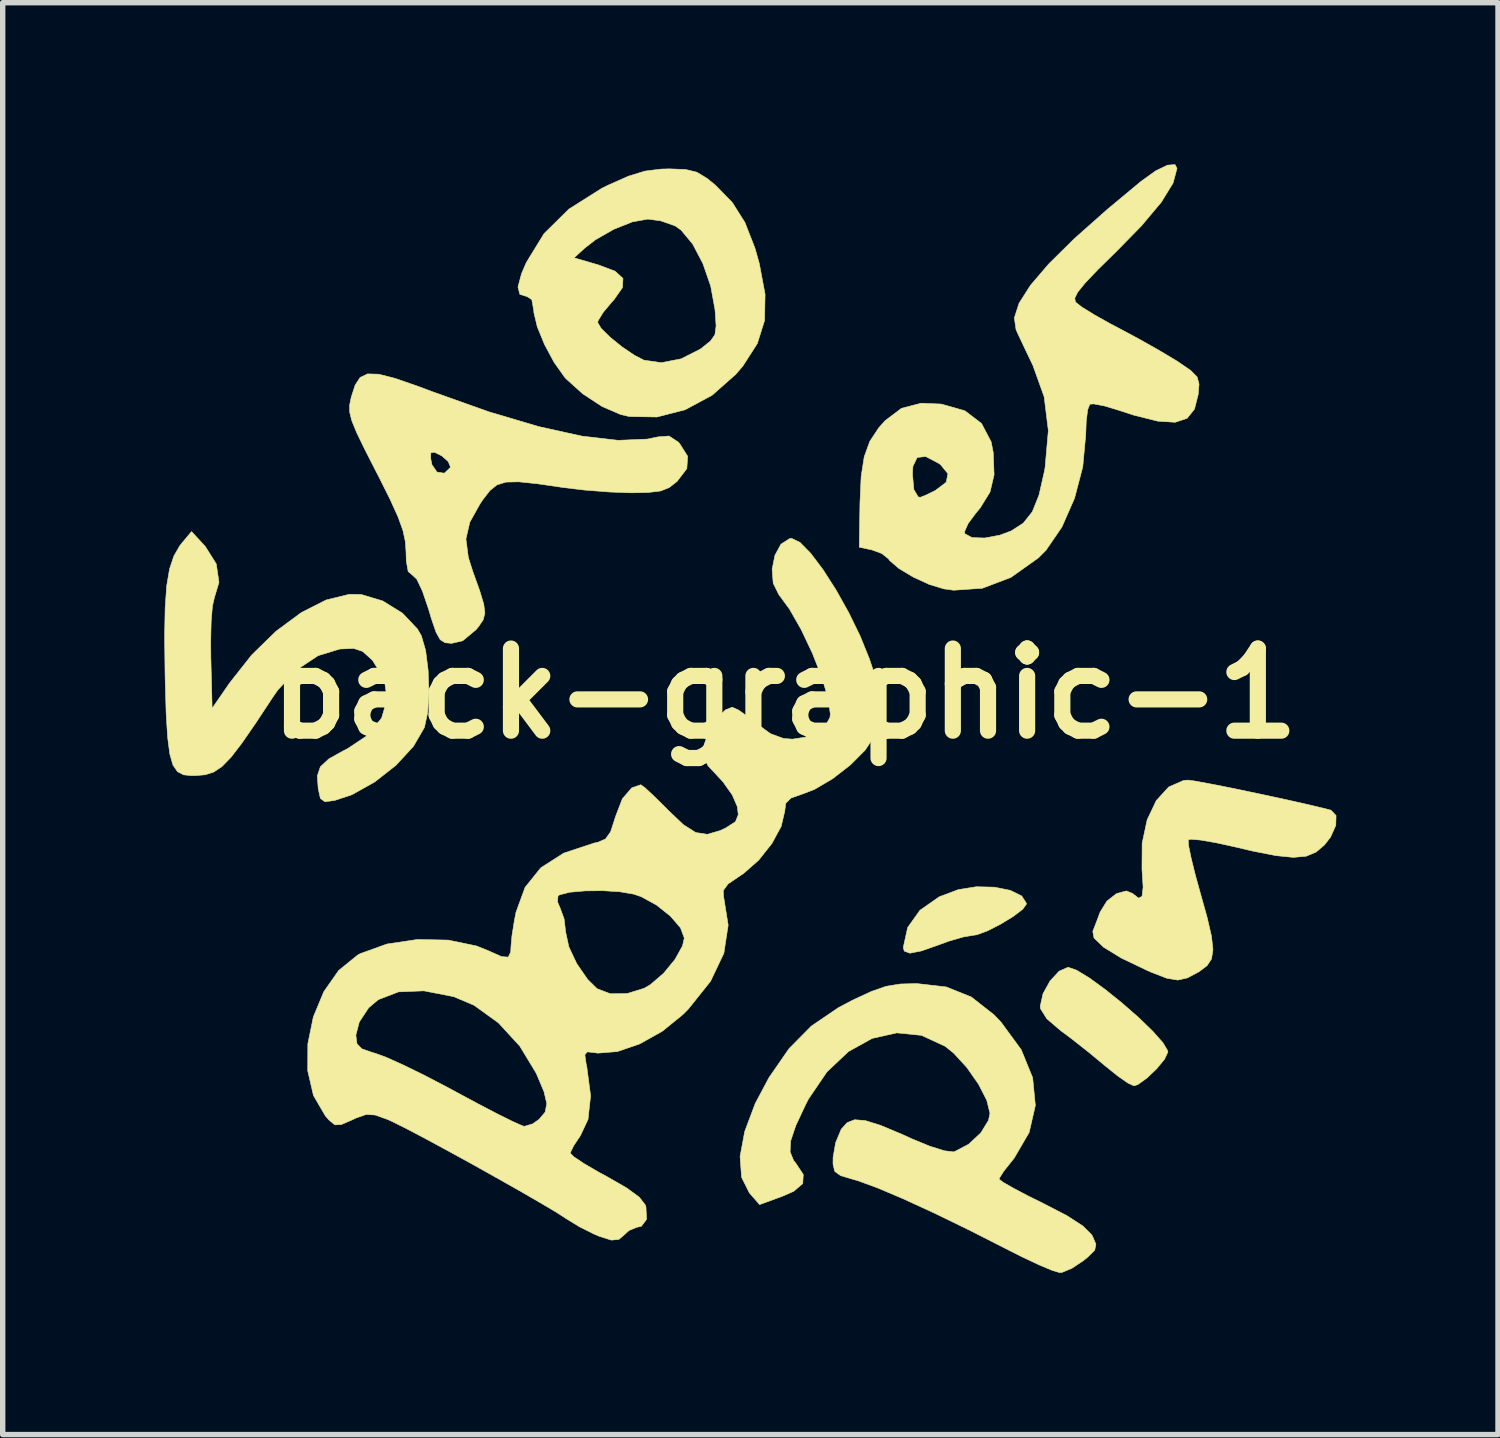
<source format=kicad_pcb>
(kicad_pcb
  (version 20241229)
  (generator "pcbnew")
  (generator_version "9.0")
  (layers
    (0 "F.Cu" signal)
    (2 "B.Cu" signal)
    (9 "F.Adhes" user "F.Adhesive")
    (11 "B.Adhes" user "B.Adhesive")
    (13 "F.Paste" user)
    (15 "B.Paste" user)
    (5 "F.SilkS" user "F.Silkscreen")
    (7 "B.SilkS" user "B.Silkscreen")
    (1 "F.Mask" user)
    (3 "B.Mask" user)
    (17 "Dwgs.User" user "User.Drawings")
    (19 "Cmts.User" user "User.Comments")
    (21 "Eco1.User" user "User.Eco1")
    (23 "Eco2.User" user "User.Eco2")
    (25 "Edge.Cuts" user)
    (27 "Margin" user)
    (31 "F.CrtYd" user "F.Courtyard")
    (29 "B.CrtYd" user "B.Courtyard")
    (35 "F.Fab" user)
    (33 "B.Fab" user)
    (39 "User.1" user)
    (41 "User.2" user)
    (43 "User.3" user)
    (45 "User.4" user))
  (footprint "back-graphic-1"
    (layer "F.Cu")
    (at 11.513 9.821)
    (property "Reference" "back-graphic-1" (at 0 0 0) (layer "F.SilkS") (effects (font (size 1.524 1.524) (thickness 0.3))))
    (attr through_hole)
    (fp_poly (pts (xy 3.893 3.594) (xy 4.187 3.653) (xy 4.398 3.757) (xy 4.487 3.895) (xy 4.487 3.907) (xy 4.418 4.003) (xy 4.242 4.137) (xy 4.008 4.28) (xy 3.767 4.403) (xy 3.567 4.477) (xy 3.5 4.487) (xy 3.313 4.518) (xy 3.045 4.596) (xy 2.879 4.657) (xy 2.536 4.778) (xy 2.323 4.819) (xy 2.219 4.78) (xy 2.201 4.712) (xy 2.282 4.343) (xy 2.51 4.023) (xy 2.867 3.773) (xy 3.223 3.639) (xy 3.558 3.586) (xy 3.893 3.594)) (stroke (width 0.01) (type solid)) (fill yes) (layer "F.SilkS"))
    (fp_poly (pts (xy 5.418 5.135) (xy 5.659 5.282) (xy 5.951 5.495) (xy 6.264 5.747) (xy 6.568 6.013) (xy 6.83 6.267) (xy 7.021 6.482) (xy 7.109 6.632) (xy 7.112 6.652) (xy 7.051 6.785) (xy 6.904 6.964) (xy 6.721 7.138) (xy 6.553 7.258) (xy 6.481 7.281) (xy 6.371 7.23) (xy 6.176 7.094) (xy 5.94 6.904) (xy 5.938 6.902) (xy 5.638 6.654) (xy 5.322 6.405) (xy 5.118 6.253) (xy 4.865 6.036) (xy 4.748 5.85) (xy 4.742 5.806) (xy 4.794 5.572) (xy 4.924 5.336) (xy 5.092 5.154) (xy 5.259 5.08) (xy 5.26 5.08) (xy 5.418 5.135)) (stroke (width 0.01) (type solid)) (fill yes) (layer "F.SilkS"))
    (fp_poly (pts (xy 7.611 1.624) (xy 7.867 1.671) (xy 8.216 1.739) (xy 8.621 1.823) (xy 9.045 1.913) (xy 9.452 2.002) (xy 9.805 2.083) (xy 10.069 2.147) (xy 10.139 2.166) (xy 10.233 2.265) (xy 10.228 2.447) (xy 10.131 2.665) (xy 10.017 2.811) (xy 9.861 2.943) (xy 9.679 3.019) (xy 9.442 3.041) (xy 9.12 3.009) (xy 8.685 2.924) (xy 8.359 2.847) (xy 8.008 2.77) (xy 7.721 2.72) (xy 7.538 2.704) (xy 7.49 2.715) (xy 7.495 2.819) (xy 7.542 3.049) (xy 7.621 3.368) (xy 7.703 3.665) (xy 7.839 4.151) (xy 7.921 4.505) (xy 7.948 4.754) (xy 7.921 4.926) (xy 7.839 5.05) (xy 7.702 5.154) (xy 7.684 5.166) (xy 7.474 5.278) (xy 7.295 5.318) (xy 7.091 5.284) (xy 6.804 5.173) (xy 6.729 5.14) (xy 6.248 4.91) (xy 5.917 4.707) (xy 5.741 4.537) (xy 5.718 4.414) (xy 5.79 4.229) (xy 5.855 4.055) (xy 5.98 3.852) (xy 6.159 3.712) (xy 6.341 3.664) (xy 6.453 3.71) (xy 6.568 3.797) (xy 6.632 3.764) (xy 6.652 3.595) (xy 6.632 3.275) (xy 6.631 3.261) (xy 6.634 2.778) (xy 6.727 2.344) (xy 6.896 1.987) (xy 7.127 1.734) (xy 7.404 1.613) (xy 7.483 1.607) (xy 7.611 1.624)) (stroke (width 0.01) (type solid)) (fill yes) (layer "F.SilkS"))
    (fp_poly (pts (xy -10.753 -2.729) (xy -10.549 -2.405) (xy -10.499 -2.063) (xy -10.586 -1.773) (xy -10.621 -1.619) (xy -10.644 -1.335) (xy -10.653 -0.96) (xy -10.65 -0.667) (xy -10.626 0.275) (xy -10.302 -0.195) (xy -9.892 -0.715) (xy -9.44 -1.156) (xy -8.972 -1.502) (xy -8.511 -1.736) (xy -8.082 -1.841) (xy -7.86 -1.838) (xy -7.46 -1.718) (xy -7.093 -1.491) (xy -6.815 -1.197) (xy -6.744 -1.074) (xy -6.664 -0.802) (xy -6.617 -0.428) (xy -6.603 -0.02) (xy -6.627 0.356) (xy -6.686 0.629) (xy -6.89 0.98) (xy -7.213 1.331) (xy -7.61 1.642) (xy -8.032 1.878) (xy -8.351 1.984) (xy -8.533 2.009) (xy -8.617 1.947) (xy -8.658 1.761) (xy -8.674 1.529) (xy -8.617 1.359) (xy -8.46 1.213) (xy -8.175 1.054) (xy -8.119 1.027) (xy -7.729 0.768) (xy -7.48 0.454) (xy -7.378 0.106) (xy -7.43 -0.254) (xy -7.64 -0.602) (xy -7.67 -0.635) (xy -7.833 -0.782) (xy -8 -0.837) (xy -8.252 -0.826) (xy -8.256 -0.826) (xy -8.659 -0.703) (xy -9.055 -0.441) (xy -9.406 -0.067) (xy -9.494 0.059) (xy -9.82 0.553) (xy -10.074 0.921) (xy -10.276 1.183) (xy -10.444 1.356) (xy -10.598 1.458) (xy -10.755 1.508) (xy -10.935 1.523) (xy -11.008 1.524) (xy -11.156 1.509) (xy -11.269 1.45) (xy -11.353 1.328) (xy -11.412 1.122) (xy -11.452 0.813) (xy -11.479 0.38) (xy -11.496 -0.197) (xy -11.5 -0.385) (xy -11.508 -1.061) (xy -11.498 -1.592) (xy -11.469 -2.001) (xy -11.416 -2.313) (xy -11.336 -2.552) (xy -11.227 -2.741) (xy -11.175 -2.807) (xy -11.008 -3.006) (xy -10.753 -2.729)) (stroke (width 0.01) (type solid)) (fill yes) (layer "F.SilkS"))
    (fp_poly (pts (xy -1.841 -9.726) (xy -1.63 -9.675) (xy -1.437 -9.558) (xy -1.282 -9.431) (xy -0.973 -9.114) (xy -0.738 -8.742) (xy -0.553 -8.269) (xy -0.472 -7.984) (xy -0.364 -7.409) (xy -0.373 -6.925) (xy -0.508 -6.495) (xy -0.776 -6.078) (xy -0.907 -5.925) (xy -1.348 -5.535) (xy -1.847 -5.267) (xy -2.371 -5.132) (xy -2.885 -5.141) (xy -3.048 -5.179) (xy -3.389 -5.327) (xy -3.75 -5.564) (xy -4.055 -5.839) (xy -4.088 -5.876) (xy -4.281 -6.149) (xy -4.458 -6.479) (xy -4.592 -6.807) (xy -4.655 -7.072) (xy -4.657 -7.109) (xy -4.693 -7.31) (xy -4.779 -7.366) (xy -4.915 -7.408) (xy -4.95 -7.545) (xy -4.884 -7.792) (xy -4.798 -7.993) (xy -4.742 -8.086) (xy -3.909 -8.086) (xy -3.458 -7.955) (xy -3.148 -7.838) (xy -3.001 -7.704) (xy -3.011 -7.533) (xy -3.169 -7.308) (xy -3.211 -7.262) (xy -3.369 -7.073) (xy -3.461 -6.923) (xy -3.471 -6.886) (xy -3.406 -6.776) (xy -3.242 -6.614) (xy -3.022 -6.436) (xy -2.791 -6.279) (xy -2.614 -6.187) (xy -2.291 -6.14) (xy -1.923 -6.211) (xy -1.569 -6.39) (xy -1.535 -6.415) (xy -1.376 -6.543) (xy -1.295 -6.659) (xy -1.273 -6.821) (xy -1.29 -7.087) (xy -1.294 -7.129) (xy -1.373 -7.561) (xy -1.518 -7.98) (xy -1.708 -8.342) (xy -1.923 -8.601) (xy -2.035 -8.68) (xy -2.299 -8.772) (xy -2.539 -8.805) (xy -2.828 -8.753) (xy -3.174 -8.615) (xy -3.511 -8.422) (xy -3.711 -8.267) (xy -3.909 -8.086) (xy -4.742 -8.086) (xy -4.467 -8.534) (xy -4.004 -8.991) (xy -3.395 -9.376) (xy -3.278 -9.434) (xy -2.898 -9.602) (xy -2.593 -9.696) (xy -2.294 -9.733) (xy -2.144 -9.737) (xy -1.841 -9.726)) (stroke (width 0.01) (type solid)) (fill yes) (layer "F.SilkS"))
    (fp_poly (pts (xy -7.533 -5.926) (xy -7.231 -5.849) (xy -6.81 -5.703) (xy -6.543 -5.603) (xy -5.493 -5.229) (xy -4.565 -4.954) (xy -3.763 -4.777) (xy -3.09 -4.699) (xy -2.548 -4.722) (xy -2.353 -4.763) (xy -2.147 -4.779) (xy -1.976 -4.667) (xy -1.951 -4.641) (xy -1.801 -4.403) (xy -1.816 -4.174) (xy -1.997 -3.937) (xy -2.002 -3.933) (xy -2.144 -3.822) (xy -2.303 -3.759) (xy -2.533 -3.731) (xy -2.843 -3.725) (xy -3.256 -3.74) (xy -3.728 -3.777) (xy -4.121 -3.825) (xy -4.595 -3.894) (xy -4.935 -3.929) (xy -5.172 -3.924) (xy -5.34 -3.872) (xy -5.471 -3.767) (xy -5.598 -3.603) (xy -5.651 -3.525) (xy -5.844 -3.18) (xy -5.916 -2.868) (xy -5.871 -2.525) (xy -5.792 -2.275) (xy -5.66 -1.907) (xy -5.585 -1.658) (xy -5.564 -1.491) (xy -5.596 -1.367) (xy -5.678 -1.246) (xy -5.728 -1.185) (xy -5.976 -0.979) (xy -6.181 -0.931) (xy -6.305 -0.943) (xy -6.393 -0.999) (xy -6.469 -1.134) (xy -6.554 -1.381) (xy -6.609 -1.566) (xy -6.723 -1.901) (xy -6.828 -2.122) (xy -6.912 -2.201) (xy -6.913 -2.201) (xy -6.988 -2.264) (xy -7.023 -2.463) (xy -7.027 -2.621) (xy -7.04 -2.819) (xy -7.085 -3.027) (xy -7.175 -3.277) (xy -7.323 -3.603) (xy -7.541 -4.039) (xy -7.579 -4.111) (xy -7.712 -4.373) (xy -6.572 -4.373) (xy -6.547 -4.247) (xy -6.453 -4.11) (xy -6.317 -4.089) (xy -6.21 -4.19) (xy -6.204 -4.206) (xy -6.243 -4.304) (xy -6.364 -4.411) (xy -6.498 -4.477) (xy -6.566 -4.469) (xy -6.572 -4.373) (xy -7.712 -4.373) (xy -7.796 -4.537) (xy -7.944 -4.843) (xy -8.033 -5.06) (xy -8.073 -5.219) (xy -8.075 -5.35) (xy -8.048 -5.484) (xy -8.041 -5.511) (xy -7.971 -5.726) (xy -7.879 -5.866) (xy -7.741 -5.932) (xy -7.533 -5.926)) (stroke (width 0.01) (type solid)) (fill yes) (layer "F.SilkS"))
    (fp_poly (pts (xy 3 5.446) (xy 3.463 5.632) (xy 3.883 5.961) (xy 4.015 6.099) (xy 4.39 6.611) (xy 4.602 7.13) (xy 4.652 7.645) (xy 4.537 8.146) (xy 4.258 8.624) (xy 4.204 8.691) (xy 4.063 8.869) (xy 3.985 8.993) (xy 3.979 9.012) (xy 4.051 9.069) (xy 4.244 9.18) (xy 4.527 9.329) (xy 4.789 9.458) (xy 5.235 9.689) (xy 5.533 9.881) (xy 5.696 10.043) (xy 5.714 10.073) (xy 5.776 10.222) (xy 5.754 10.331) (xy 5.625 10.459) (xy 5.544 10.525) (xy 5.332 10.666) (xy 5.148 10.743) (xy 5.106 10.748) (xy 4.972 10.709) (xy 4.726 10.606) (xy 4.405 10.455) (xy 4.106 10.304) (xy 3.411 9.951) (xy 2.769 9.639) (xy 2.199 9.377) (xy 1.725 9.176) (xy 1.368 9.045) (xy 1.271 9.017) (xy 1.039 8.948) (xy 0.929 8.869) (xy 0.897 8.734) (xy 0.898 8.611) (xy 0.946 8.334) (xy 1.048 8.089) (xy 1.052 8.083) (xy 1.159 7.964) (xy 1.298 7.91) (xy 1.497 7.926) (xy 1.781 8.015) (xy 2.178 8.181) (xy 2.364 8.266) (xy 2.692 8.401) (xy 2.963 8.486) (xy 3.134 8.507) (xy 3.148 8.504) (xy 3.412 8.366) (xy 3.639 8.155) (xy 3.783 7.921) (xy 3.81 7.791) (xy 3.751 7.55) (xy 3.597 7.25) (xy 3.381 6.941) (xy 3.137 6.675) (xy 2.978 6.547) (xy 2.539 6.344) (xy 2.08 6.298) (xy 1.622 6.401) (xy 1.183 6.645) (xy 0.784 7.022) (xy 0.443 7.523) (xy 0.39 7.626) (xy 0.206 8.019) (xy 0.111 8.302) (xy 0.1 8.507) (xy 0.165 8.665) (xy 0.204 8.714) (xy 0.345 8.926) (xy 0.335 9.095) (xy 0.168 9.238) (xy -0.042 9.33) (xy -0.466 9.485) (xy -0.656 9.267) (xy -0.8 8.979) (xy -0.828 8.592) (xy -0.742 8.129) (xy -0.547 7.609) (xy -0.293 7.131) (xy 0.081 6.59) (xy 0.494 6.172) (xy 0.995 5.831) (xy 1.258 5.692) (xy 1.611 5.528) (xy 1.885 5.433) (xy 2.145 5.391) (xy 2.452 5.383) (xy 3 5.446)) (stroke (width 0.01) (type solid)) (fill yes) (layer "F.SilkS"))
    (fp_poly (pts (xy 7.281 -9.747) (xy 7.208 -9.474) (xy 6.989 -9.118) (xy 6.622 -8.681) (xy 6.159 -8.208) (xy 5.811 -7.866) (xy 5.576 -7.619) (xy 5.438 -7.449) (xy 5.383 -7.337) (xy 5.397 -7.265) (xy 5.4 -7.262) (xy 5.515 -7.172) (xy 5.743 -7.031) (xy 6.042 -6.863) (xy 6.199 -6.781) (xy 6.57 -6.582) (xy 6.939 -6.374) (xy 7.241 -6.194) (xy 7.309 -6.151) (xy 7.538 -5.993) (xy 7.655 -5.874) (xy 7.69 -5.742) (xy 7.674 -5.549) (xy 7.605 -5.277) (xy 7.468 -5.107) (xy 7.247 -5.034) (xy 6.923 -5.055) (xy 6.479 -5.166) (xy 6.197 -5.258) (xy 5.935 -5.337) (xy 5.737 -5.375) (xy 5.663 -5.37) (xy 5.623 -5.267) (xy 5.596 -5.046) (xy 5.587 -4.8) (xy 5.532 -4.207) (xy 5.379 -3.623) (xy 5.146 -3.092) (xy 4.851 -2.661) (xy 4.709 -2.518) (xy 4.198 -2.155) (xy 3.67 -1.954) (xy 3.135 -1.917) (xy 2.954 -1.942) (xy 2.682 -2.025) (xy 2.386 -2.161) (xy 2.122 -2.319) (xy 1.949 -2.467) (xy 1.926 -2.5) (xy 1.801 -2.599) (xy 1.623 -2.664) (xy 1.384 -2.716) (xy 1.397 -3.538) (xy 1.419 -4.028) (xy 1.427 -4.078) (xy 2.371 -4.078) (xy 2.397 -3.785) (xy 2.477 -3.65) (xy 2.516 -3.641) (xy 2.606 -3.676) (xy 2.78 -3.76) (xy 2.798 -3.77) (xy 2.998 -3.921) (xy 3.03 -4.08) (xy 2.892 -4.248) (xy 2.86 -4.271) (xy 2.617 -4.399) (xy 2.458 -4.381) (xy 2.38 -4.216) (xy 2.371 -4.078) (xy 1.427 -4.078) (xy 1.476 -4.394) (xy 1.579 -4.679) (xy 1.744 -4.929) (xy 1.864 -5.064) (xy 2.167 -5.293) (xy 2.533 -5.388) (xy 2.907 -5.372) (xy 3.343 -5.248) (xy 3.652 -5.013) (xy 3.832 -4.671) (xy 3.871 -4.468) (xy 3.886 -4.06) (xy 3.811 -3.74) (xy 3.628 -3.444) (xy 3.548 -3.348) (xy 3.405 -3.156) (xy 3.339 -3.007) (xy 3.343 -2.966) (xy 3.476 -2.894) (xy 3.71 -2.886) (xy 3.99 -2.938) (xy 4.203 -3.017) (xy 4.429 -3.163) (xy 4.596 -3.374) (xy 4.72 -3.683) (xy 4.82 -4.124) (xy 4.832 -4.188) (xy 4.893 -4.881) (xy 4.815 -5.509) (xy 4.606 -6.091) (xy 4.469 -6.377) (xy 4.351 -6.627) (xy 4.294 -6.751) (xy 4.262 -6.971) (xy 4.35 -7.244) (xy 4.562 -7.577) (xy 4.903 -7.975) (xy 5.377 -8.443) (xy 5.989 -8.986) (xy 6.613 -9.505) (xy 6.885 -9.7) (xy 7.104 -9.806) (xy 7.244 -9.816) (xy 7.281 -9.747)) (stroke (width 0.01) (type solid)) (fill yes) (layer "F.SilkS"))
    (fp_poly (pts (xy 0.283 -2.805) (xy 0.482 -2.603) (xy 0.711 -2.3) (xy 0.952 -1.924) (xy 1.187 -1.504) (xy 1.4 -1.068) (xy 1.572 -0.643) (xy 1.643 -0.429) (xy 1.748 0.013) (xy 1.768 0.365) (xy 1.703 0.683) (xy 1.659 0.799) (xy 1.494 1.05) (xy 1.221 1.324) (xy 0.891 1.58) (xy 0.554 1.779) (xy 0.333 1.864) (xy 0.116 1.94) (xy 0.02 2.038) (xy 0 2.188) (xy -0.065 2.466) (xy -0.238 2.784) (xy -0.483 3.093) (xy -0.765 3.341) (xy -0.835 3.387) (xy -1.052 3.535) (xy -1.14 3.656) (xy -1.134 3.768) (xy -1.049 4.299) (xy -1.129 4.821) (xy -1.376 5.34) (xy -1.79 5.858) (xy -1.891 5.959) (xy -2.273 6.269) (xy -2.693 6.504) (xy -3.106 6.645) (xy -3.468 6.674) (xy -3.525 6.666) (xy -3.663 6.65) (xy -3.709 6.704) (xy -3.685 6.871) (xy -3.672 6.932) (xy -3.602 7.465) (xy -3.65 7.904) (xy -3.791 8.205) (xy -3.914 8.389) (xy -3.977 8.518) (xy -3.979 8.532) (xy -3.91 8.6) (xy -3.723 8.725) (xy -3.452 8.883) (xy -3.302 8.964) (xy -2.929 9.178) (xy -2.696 9.35) (xy -2.585 9.494) (xy -2.575 9.526) (xy -2.563 9.759) (xy -2.66 9.888) (xy -2.746 9.906) (xy -2.89 9.966) (xy -2.963 10.033) (xy -3.077 10.131) (xy -3.218 10.144) (xy -3.439 10.074) (xy -3.541 10.031) (xy -3.808 9.897) (xy -4.049 9.75) (xy -4.237 9.628) (xy -4.541 9.448) (xy -4.928 9.224) (xy -5.369 8.975) (xy -5.832 8.716) (xy -6.287 8.467) (xy -6.703 8.242) (xy -7.05 8.06) (xy -7.296 7.938) (xy -7.372 7.904) (xy -7.603 7.822) (xy -7.768 7.813) (xy -7.952 7.877) (xy -8.027 7.912) (xy -8.229 8) (xy -8.349 8.005) (xy -8.458 7.915) (xy -8.525 7.838) (xy -8.746 7.459) (xy -8.852 7.001) (xy -8.85 6.503) (xy -8.817 6.341) (xy -7.959 6.341) (xy -7.938 6.5) (xy -7.848 6.594) (xy -7.641 6.666) (xy -7.599 6.677) (xy -7.397 6.751) (xy -7.085 6.891) (xy -6.698 7.08) (xy -6.275 7.3) (xy -6.096 7.397) (xy -5.692 7.614) (xy -5.334 7.801) (xy -5.052 7.941) (xy -4.874 8.02) (xy -4.833 8.033) (xy -4.68 7.988) (xy -4.558 7.903) (xy -4.446 7.769) (xy -4.415 7.612) (xy -4.466 7.392) (xy -4.602 7.069) (xy -4.611 7.048) (xy -4.916 6.544) (xy -5.313 6.112) (xy -5.765 5.786) (xy -6.142 5.626) (xy -6.696 5.518) (xy -7.167 5.537) (xy -7.542 5.681) (xy -7.721 5.832) (xy -7.895 6.096) (xy -7.959 6.341) (xy -8.817 6.341) (xy -8.748 6.002) (xy -8.554 5.535) (xy -8.277 5.139) (xy -7.924 4.853) (xy -7.878 4.828) (xy -7.382 4.649) (xy -6.817 4.565) (xy -6.244 4.576) (xy -5.719 4.685) (xy -5.487 4.779) (xy -5.254 4.883) (xy -5.131 4.892) (xy -5.085 4.799) (xy -5.08 4.703) (xy -5.062 4.499) (xy -5.017 4.214) (xy -4.987 4.061) (xy -4.916 3.866) (xy -4.217 3.866) (xy -4.167 3.982) (xy -4.094 4.182) (xy -4.064 4.432) (xy -4.006 4.701) (xy -3.858 5.015) (xy -3.657 5.306) (xy -3.482 5.478) (xy -3.236 5.572) (xy -2.923 5.568) (xy -2.609 5.471) (xy -2.495 5.405) (xy -2.247 5.192) (xy -2.035 4.934) (xy -1.896 4.683) (xy -1.863 4.537) (xy -1.934 4.348) (xy -2.12 4.132) (xy -2.377 3.927) (xy -2.662 3.771) (xy -2.798 3.724) (xy -3.059 3.679) (xy -3.38 3.659) (xy -3.707 3.663) (xy -3.99 3.688) (xy -4.175 3.735) (xy -4.207 3.756) (xy -4.217 3.866) (xy -4.916 3.866) (xy -4.818 3.597) (xy -4.525 3.233) (xy -4.101 2.962) (xy -3.536 2.775) (xy -3.467 2.76) (xy -3.326 2.7) (xy -3.23 2.565) (xy -3.147 2.308) (xy -3.141 2.287) (xy -3.013 1.954) (xy -2.838 1.75) (xy -2.671 1.693) (xy -2.592 1.75) (xy -2.43 1.9) (xy -2.215 2.112) (xy -2.17 2.159) (xy -1.882 2.433) (xy -1.651 2.58) (xy -1.437 2.613) (xy -1.2 2.545) (xy -1.087 2.491) (xy -0.913 2.378) (xy -0.861 2.248) (xy -0.88 2.097) (xy -0.973 1.882) (xy -1.146 1.639) (xy -1.237 1.54) (xy -1.421 1.343) (xy -1.5 1.186) (xy -1.502 1.005) (xy -1.494 0.949) (xy -1.412 0.702) (xy -1.267 0.469) (xy -1.1 0.304) (xy -0.974 0.254) (xy -0.86 0.305) (xy -0.67 0.438) (xy -0.531 0.55) (xy -0.263 0.746) (xy -0.023 0.834) (xy 0.143 0.847) (xy 0.479 0.795) (xy 0.722 0.655) (xy 0.84 0.446) (xy 0.847 0.377) (xy 0.803 0.076) (xy 0.684 -0.316) (xy 0.512 -0.752) (xy 0.307 -1.185) (xy 0.089 -1.567) (xy -0.11 -1.838) (xy -0.213 -2.047) (xy -0.233 -2.307) (xy -0.181 -2.566) (xy -0.069 -2.772) (xy 0.091 -2.875) (xy 0.129 -2.879) (xy 0.283 -2.805)) (stroke (width 0.01) (type solid)) (fill yes) (layer "F.SilkS")))
  (gr_rect
    (start -3 -3)
    (end 24.751 23.574)
    (stroke (width 0.1) (type default))
    (fill no)
    (layer "Edge.Cuts")))
</source>
